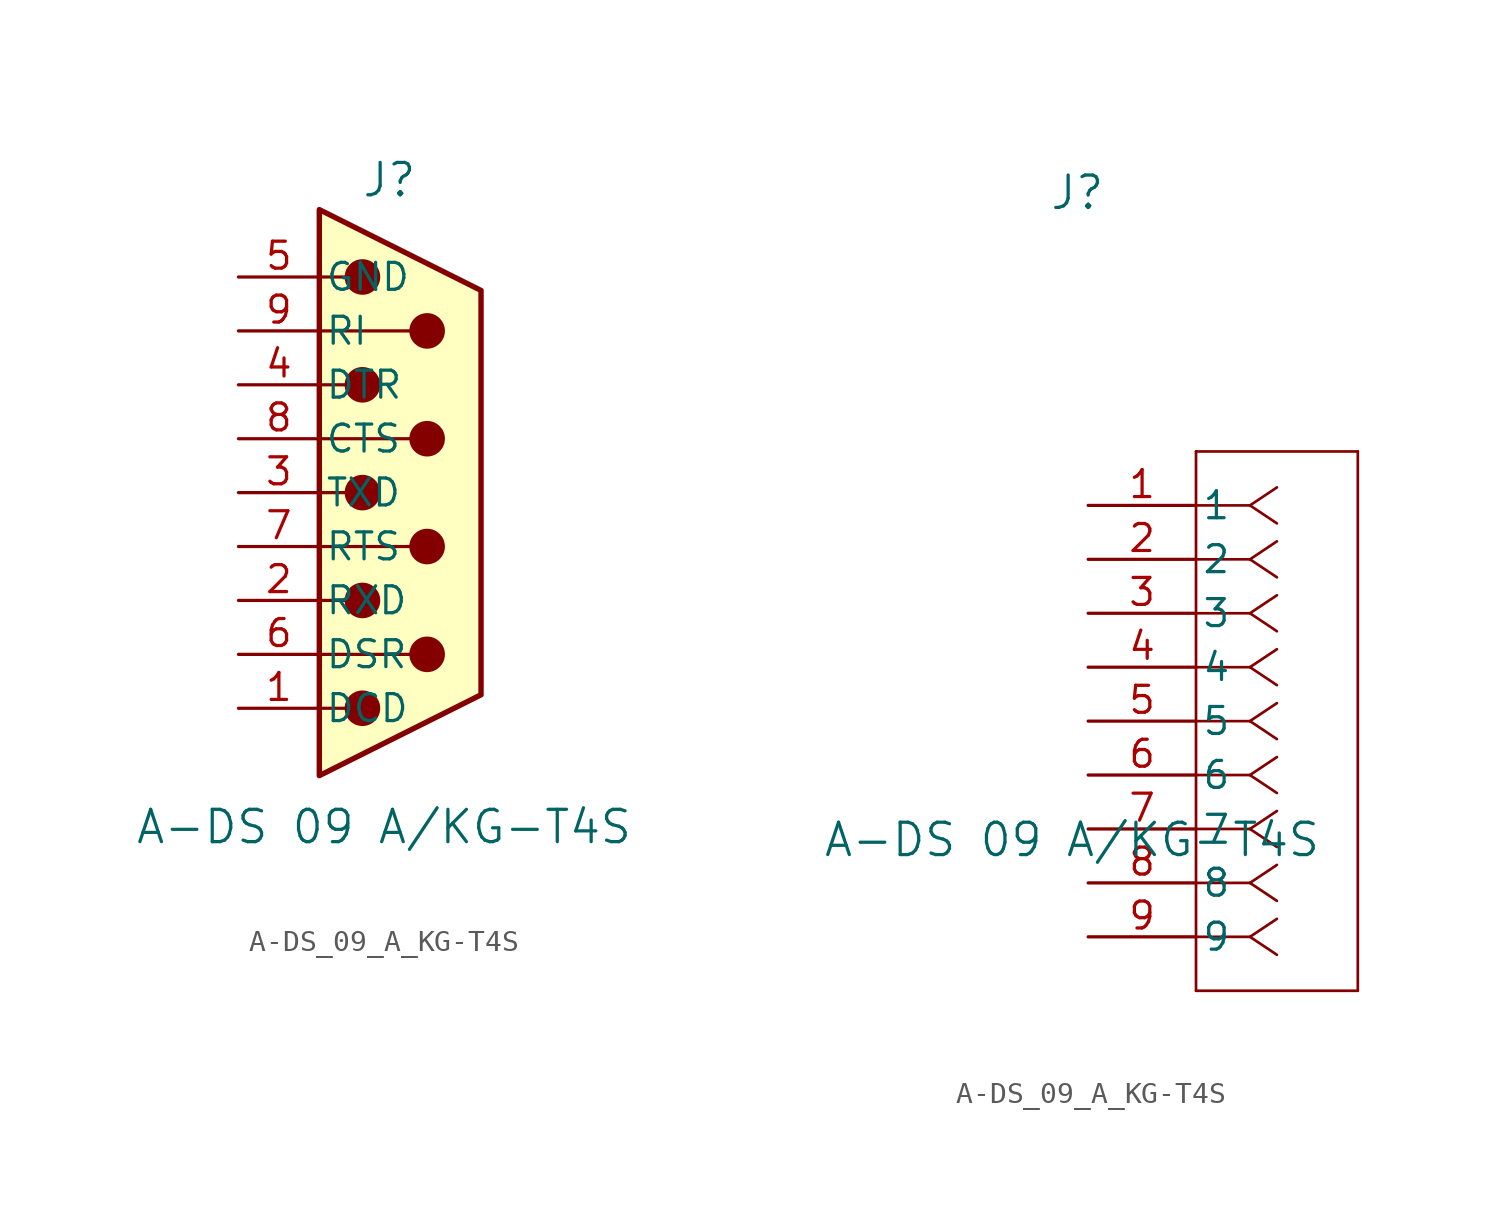
<source format=kicad_sym>
(kicad_symbol_lib
  (version 20241209)
  (generator "kicad_symbol_editor")
  (generator_version "9.0")
  (symbol "A-DS_09_A_KG-T4S"
    (pin_names
      (offset 0.254))
    (property "Reference" "J"
      (at -0.508 14.732 0)
      (effects (font (size 1.524 1.524))))
    (property "Value" "A-DS 09 A/KG-T4S"
      (at -0.762 -15.748 0)
      (effects (font (size 1.524 1.524))))
    (symbol "A-DS_09_A_KG-T4S_0_1"
      (polyline (pts (xy -3.81 10.16) (xy -2.54 10.16)) (stroke (width 0) (type default)) (fill (type none)))
      (polyline (pts (xy -3.81 7.62) (xy 0.508 7.62)) (stroke (width 0) (type default)) (fill (type none)))
      (polyline (pts (xy -3.81 5.08) (xy -2.54 5.08)) (stroke (width 0) (type default)) (fill (type none)))
      (polyline (pts (xy -3.81 2.54) (xy 0.508 2.54)) (stroke (width 0) (type default)) (fill (type none)))
      (polyline (pts (xy -3.81 0) (xy -2.54 0)) (stroke (width 0) (type default)) (fill (type none)))
      (polyline (pts (xy -3.81 -2.54) (xy 0.508 -2.54)) (stroke (width 0) (type default)) (fill (type none)))
      (polyline (pts (xy -3.81 -5.08) (xy -2.54 -5.08)) (stroke (width 0) (type default)) (fill (type none)))
      (polyline (pts (xy -3.81 -7.62) (xy 0.508 -7.62)) (stroke (width 0) (type default)) (fill (type none)))
      (polyline (pts (xy -3.81 -10.16) (xy -2.54 -10.16)) (stroke (width 0) (type default)) (fill (type none)))
      (polyline (pts (xy -3.81 -13.335) (xy -3.81 13.335) (xy 3.81 9.525) (xy 3.81 -9.525) (xy -3.81 -13.335)) (stroke (width 0.254) (type default)) (fill (type background)))
      (circle (center -1.778 10.16) (radius 0.762) (stroke (width 0) (type default)) (fill (type outline)))
      (circle (center -1.778 5.08) (radius 0.762) (stroke (width 0) (type default)) (fill (type outline)))
      (circle (center -1.778 0) (radius 0.762) (stroke (width 0) (type default)) (fill (type outline)))
      (circle (center -1.778 -5.08) (radius 0.762) (stroke (width 0) (type default)) (fill (type outline)))
      (circle (center -1.778 -10.16) (radius 0.762) (stroke (width 0) (type default)) (fill (type outline)))
      (circle (center 1.27 7.62) (radius 0.762) (stroke (width 0) (type default)) (fill (type outline)))
      (circle (center 1.27 2.54) (radius 0.762) (stroke (width 0) (type default)) (fill (type outline)))
      (circle (center 1.27 -2.54) (radius 0.762) (stroke (width 0) (type default)) (fill (type outline)))
      (circle (center 1.27 -7.62) (radius 0.762) (stroke (width 0) (type default)) (fill (type outline))))
    (symbol "A-DS_09_A_KG-T4S_1_1"
      (pin power_out line (at -7.62 10.16 0) (length 3.81) (name "GND" (effects (font (size 1.27 1.27)))) (number "5" (effects (font (size 1.27 1.27)))))
      (pin passive line (at -7.62 7.62 0) (length 3.81) (name "RI" (effects (font (size 1.27 1.27)))) (number "9" (effects (font (size 1.27 1.27)))))
      (pin passive line (at -7.62 5.08 0) (length 3.81) (name "DTR" (effects (font (size 1.27 1.27)))) (number "4" (effects (font (size 1.27 1.27)))))
      (pin passive line (at -7.62 2.54 0) (length 3.81) (name "CTS" (effects (font (size 1.27 1.27)))) (number "8" (effects (font (size 1.27 1.27)))))
      (pin passive line (at -7.62 0 0) (length 3.81) (name "TXD" (effects (font (size 1.27 1.27)))) (number "3" (effects (font (size 1.27 1.27)))))
      (pin passive line (at -7.62 -2.54 0) (length 3.81) (name "RTS" (effects (font (size 1.27 1.27)))) (number "7" (effects (font (size 1.27 1.27)))))
      (pin passive line (at -7.62 -5.08 0) (length 3.81) (name "RXD" (effects (font (size 1.27 1.27)))) (number "2" (effects (font (size 1.27 1.27)))))
      (pin passive line (at -7.62 -7.62 0) (length 3.81) (name "DSR" (effects (font (size 1.27 1.27)))) (number "6" (effects (font (size 1.27 1.27)))))
      (pin passive line (at -7.62 -10.16 0) (length 3.81) (name "DCD" (effects (font (size 1.27 1.27)))) (number "1" (effects (font (size 1.27 1.27))))))
    (symbol "A-DS_09_A_KG-T4S_1_2"
      (polyline (pts (xy 5.08 2.54) (xy 5.08 -22.86)) (stroke (width 0.127) (type default)) (fill (type none)))
      (polyline (pts (xy 5.08 -22.86) (xy 12.7 -22.86)) (stroke (width 0.127) (type default)) (fill (type none)))
      (polyline (pts (xy 7.62 0) (xy 5.08 0)) (stroke (width 0.127) (type default)) (fill (type none)))
      (polyline (pts (xy 7.62 0) (xy 8.89 0.847)) (stroke (width 0.127) (type default)) (fill (type none)))
      (polyline (pts (xy 7.62 0) (xy 8.89 -0.847)) (stroke (width 0.127) (type default)) (fill (type none)))
      (polyline (pts (xy 7.62 -2.54) (xy 5.08 -2.54)) (stroke (width 0.127) (type default)) (fill (type none)))
      (polyline (pts (xy 7.62 -2.54) (xy 8.89 -1.693)) (stroke (width 0.127) (type default)) (fill (type none)))
      (polyline (pts (xy 7.62 -2.54) (xy 8.89 -3.387)) (stroke (width 0.127) (type default)) (fill (type none)))
      (polyline (pts (xy 7.62 -5.08) (xy 5.08 -5.08)) (stroke (width 0.127) (type default)) (fill (type none)))
      (polyline (pts (xy 7.62 -5.08) (xy 8.89 -4.233)) (stroke (width 0.127) (type default)) (fill (type none)))
      (polyline (pts (xy 7.62 -5.08) (xy 8.89 -5.927)) (stroke (width 0.127) (type default)) (fill (type none)))
      (polyline (pts (xy 7.62 -7.62) (xy 5.08 -7.62)) (stroke (width 0.127) (type default)) (fill (type none)))
      (polyline (pts (xy 7.62 -7.62) (xy 8.89 -6.773)) (stroke (width 0.127) (type default)) (fill (type none)))
      (polyline (pts (xy 7.62 -7.62) (xy 8.89 -8.467)) (stroke (width 0.127) (type default)) (fill (type none)))
      (polyline (pts (xy 7.62 -10.16) (xy 5.08 -10.16)) (stroke (width 0.127) (type default)) (fill (type none)))
      (polyline (pts (xy 7.62 -10.16) (xy 8.89 -9.313)) (stroke (width 0.127) (type default)) (fill (type none)))
      (polyline (pts (xy 7.62 -10.16) (xy 8.89 -11.007)) (stroke (width 0.127) (type default)) (fill (type none)))
      (polyline (pts (xy 7.62 -12.7) (xy 5.08 -12.7)) (stroke (width 0.127) (type default)) (fill (type none)))
      (polyline (pts (xy 7.62 -12.7) (xy 8.89 -11.853)) (stroke (width 0.127) (type default)) (fill (type none)))
      (polyline (pts (xy 7.62 -12.7) (xy 8.89 -13.547)) (stroke (width 0.127) (type default)) (fill (type none)))
      (polyline (pts (xy 7.62 -15.24) (xy 5.08 -15.24)) (stroke (width 0.127) (type default)) (fill (type none)))
      (polyline (pts (xy 7.62 -15.24) (xy 8.89 -14.393)) (stroke (width 0.127) (type default)) (fill (type none)))
      (polyline (pts (xy 7.62 -15.24) (xy 8.89 -16.087)) (stroke (width 0.127) (type default)) (fill (type none)))
      (polyline (pts (xy 7.62 -17.78) (xy 5.08 -17.78)) (stroke (width 0.127) (type default)) (fill (type none)))
      (polyline (pts (xy 7.62 -17.78) (xy 8.89 -16.933)) (stroke (width 0.127) (type default)) (fill (type none)))
      (polyline (pts (xy 7.62 -17.78) (xy 8.89 -18.627)) (stroke (width 0.127) (type default)) (fill (type none)))
      (polyline (pts (xy 7.62 -20.32) (xy 5.08 -20.32)) (stroke (width 0.127) (type default)) (fill (type none)))
      (polyline (pts (xy 7.62 -20.32) (xy 8.89 -19.473)) (stroke (width 0.127) (type default)) (fill (type none)))
      (polyline (pts (xy 7.62 -20.32) (xy 8.89 -21.167)) (stroke (width 0.127) (type default)) (fill (type none)))
      (polyline (pts (xy 12.7 2.54) (xy 5.08 2.54)) (stroke (width 0.127) (type default)) (fill (type none)))
      (polyline (pts (xy 12.7 -22.86) (xy 12.7 2.54)) (stroke (width 0.127) (type default)) (fill (type none)))
      (pin unspecified line (at 0 0 0) (length 5.08) (name "1" (effects (font (size 1.27 1.27)))) (number "1" (effects (font (size 1.27 1.27)))))
      (pin unspecified line (at 0 -2.54 0) (length 5.08) (name "2" (effects (font (size 1.27 1.27)))) (number "2" (effects (font (size 1.27 1.27)))))
      (pin unspecified line (at 0 -5.08 0) (length 5.08) (name "3" (effects (font (size 1.27 1.27)))) (number "3" (effects (font (size 1.27 1.27)))))
      (pin unspecified line (at 0 -7.62 0) (length 5.08) (name "4" (effects (font (size 1.27 1.27)))) (number "4" (effects (font (size 1.27 1.27)))))
      (pin unspecified line (at 0 -10.16 0) (length 5.08) (name "5" (effects (font (size 1.27 1.27)))) (number "5" (effects (font (size 1.27 1.27)))))
      (pin unspecified line (at 0 -12.7 0) (length 5.08) (name "6" (effects (font (size 1.27 1.27)))) (number "6" (effects (font (size 1.27 1.27)))))
      (pin unspecified line (at 0 -15.24 0) (length 5.08) (name "7" (effects (font (size 1.27 1.27)))) (number "7" (effects (font (size 1.27 1.27)))))
      (pin unspecified line (at 0 -17.78 0) (length 5.08) (name "8" (effects (font (size 1.27 1.27)))) (number "8" (effects (font (size 1.27 1.27)))))
      (pin unspecified line (at 0 -20.32 0) (length 5.08) (name "9" (effects (font (size 1.27 1.27)))) (number "9" (effects (font (size 1.27 1.27))))))))
</source>
